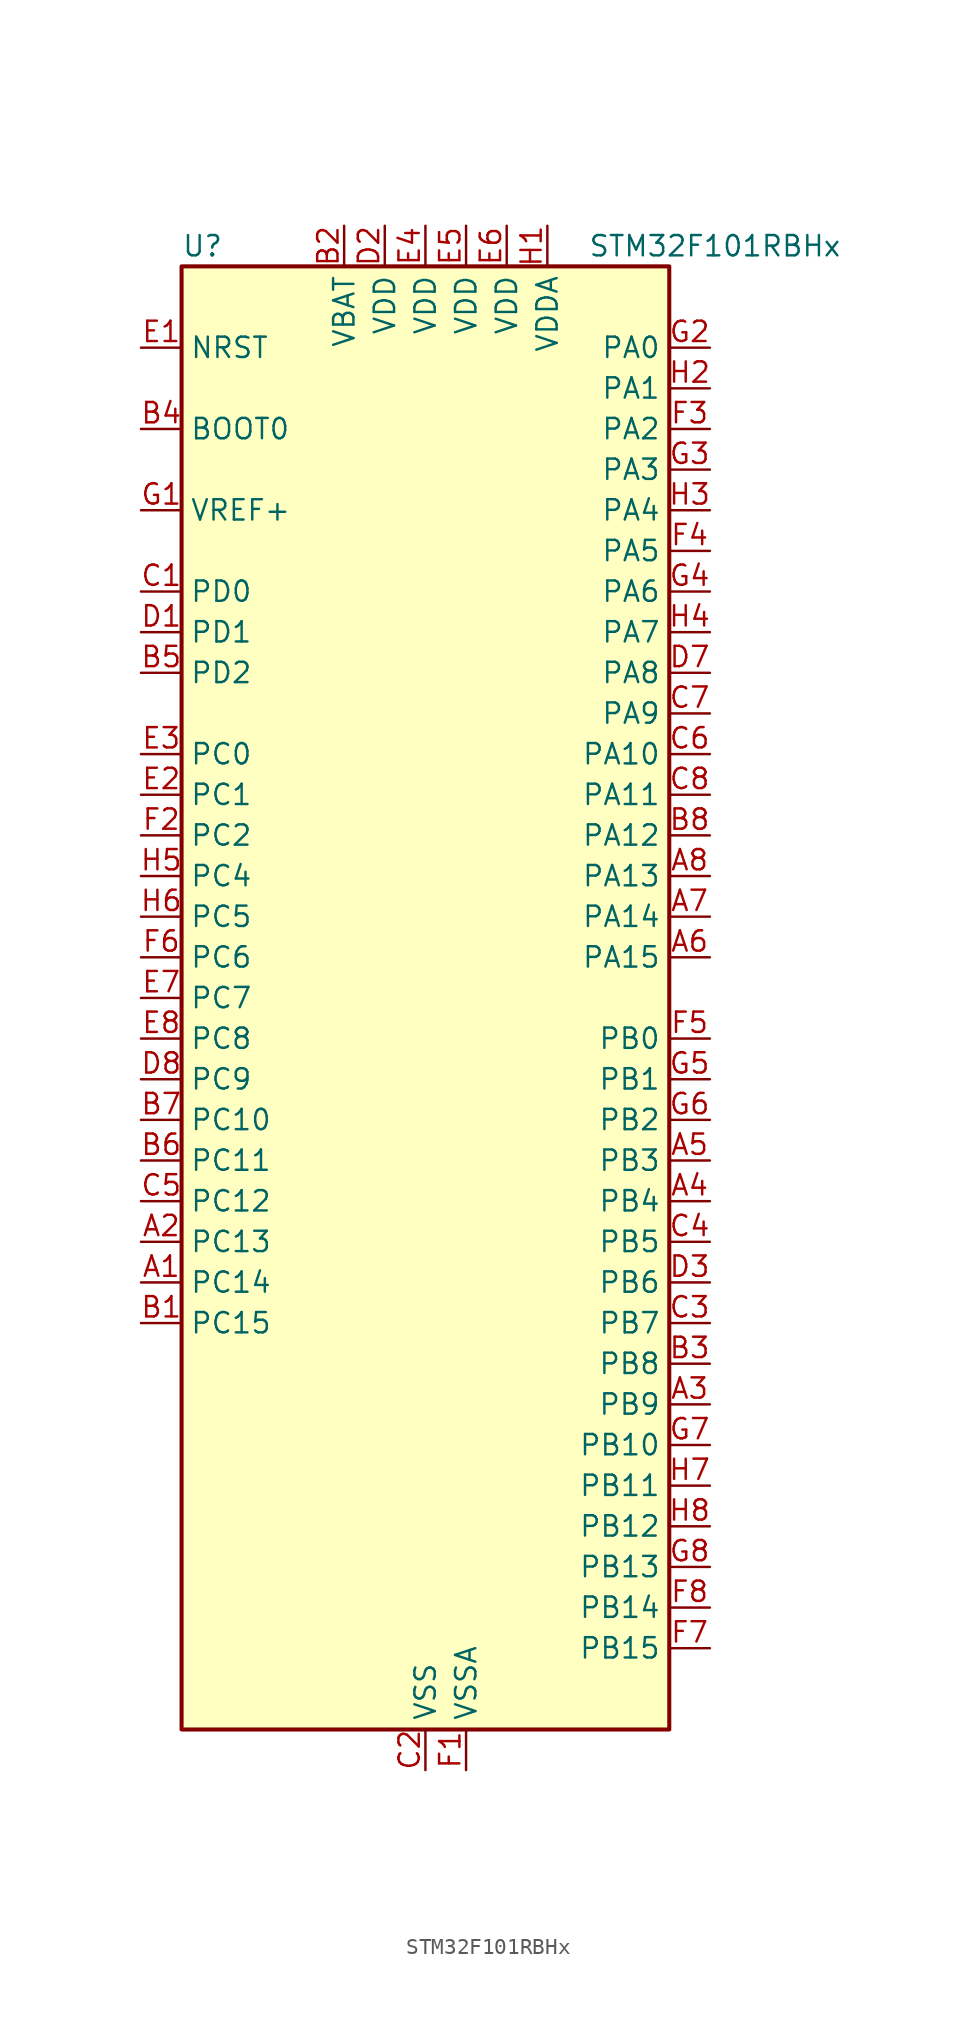
<source format=kicad_sym>
(kicad_symbol_lib
  (version 20241209)
  (generator "kicad_symbol_editor")
  (generator_version "9.0")
  (symbol "STM32F101RBHx"
    (property "Reference" "U"
      (at -15.24 46.99 0)
      (effects (font (size 1.27 1.27)) (justify left)))
    (property "Value" "STM32F101RBHx"
      (at 10.16 46.99 0)
      (effects (font (size 1.27 1.27)) (justify left)))
    (symbol "STM32F101RBHx_0_1"
      (rectangle (start -15.24 -45.72) (end 15.24 45.72) (stroke (width 0.254) (type default)) (fill (type background))))
    (symbol "STM32F101RBHx_1_1"
      (pin input line (at -17.78 40.64 0) (length 2.54) (name "NRST" (effects (font (size 1.27 1.27)))) (number "E1" (effects (font (size 1.27 1.27)))))
      (pin input line (at -17.78 35.56 0) (length 2.54) (name "BOOT0" (effects (font (size 1.27 1.27)))) (number "B4" (effects (font (size 1.27 1.27)))))
      (pin input line (at -17.78 30.48 0) (length 2.54) (name "VREF+" (effects (font (size 1.27 1.27)))) (number "G1" (effects (font (size 1.27 1.27)))))
      (pin bidirectional line (at -17.78 25.4 0) (length 2.54) (name "PD0" (effects (font (size 1.27 1.27)))) (number "C1" (effects (font (size 1.27 1.27)))) (alternate "RCC_OSC_IN" bidirectional line))
      (pin bidirectional line (at -17.78 22.86 0) (length 2.54) (name "PD1" (effects (font (size 1.27 1.27)))) (number "D1" (effects (font (size 1.27 1.27)))) (alternate "RCC_OSC_OUT" bidirectional line))
      (pin bidirectional line (at -17.78 20.32 0) (length 2.54) (name "PD2" (effects (font (size 1.27 1.27)))) (number "B5" (effects (font (size 1.27 1.27)))) (alternate "TIM3_ETR" bidirectional line))
      (pin bidirectional line (at -17.78 15.24 0) (length 2.54) (name "PC0" (effects (font (size 1.27 1.27)))) (number "E3" (effects (font (size 1.27 1.27)))) (alternate "ADC1_IN10" bidirectional line))
      (pin bidirectional line (at -17.78 12.7 0) (length 2.54) (name "PC1" (effects (font (size 1.27 1.27)))) (number "E2" (effects (font (size 1.27 1.27)))) (alternate "ADC1_IN11" bidirectional line))
      (pin bidirectional line (at -17.78 10.16 0) (length 2.54) (name "PC2" (effects (font (size 1.27 1.27)))) (number "F2" (effects (font (size 1.27 1.27)))) (alternate "ADC1_IN12" bidirectional line))
      (pin bidirectional line (at -17.78 7.62 0) (length 2.54) (name "PC4" (effects (font (size 1.27 1.27)))) (number "H5" (effects (font (size 1.27 1.27)))) (alternate "ADC1_IN14" bidirectional line))
      (pin bidirectional line (at -17.78 5.08 0) (length 2.54) (name "PC5" (effects (font (size 1.27 1.27)))) (number "H6" (effects (font (size 1.27 1.27)))) (alternate "ADC1_IN15" bidirectional line))
      (pin bidirectional line (at -17.78 2.54 0) (length 2.54) (name "PC6" (effects (font (size 1.27 1.27)))) (number "F6" (effects (font (size 1.27 1.27)))) (alternate "TIM3_CH1" bidirectional line))
      (pin bidirectional line (at -17.78 0 0) (length 2.54) (name "PC7" (effects (font (size 1.27 1.27)))) (number "E7" (effects (font (size 1.27 1.27)))) (alternate "TIM3_CH2" bidirectional line))
      (pin bidirectional line (at -17.78 -2.54 0) (length 2.54) (name "PC8" (effects (font (size 1.27 1.27)))) (number "E8" (effects (font (size 1.27 1.27)))) (alternate "TIM3_CH3" bidirectional line))
      (pin bidirectional line (at -17.78 -5.08 0) (length 2.54) (name "PC9" (effects (font (size 1.27 1.27)))) (number "D8" (effects (font (size 1.27 1.27)))) (alternate "TIM3_CH4" bidirectional line))
      (pin bidirectional line (at -17.78 -7.62 0) (length 2.54) (name "PC10" (effects (font (size 1.27 1.27)))) (number "B7" (effects (font (size 1.27 1.27)))) (alternate "USART3_TX" bidirectional line))
      (pin bidirectional line (at -17.78 -10.16 0) (length 2.54) (name "PC11" (effects (font (size 1.27 1.27)))) (number "B6" (effects (font (size 1.27 1.27)))) (alternate "ADC1_EXTI11" bidirectional line) (alternate "USART3_RX" bidirectional line))
      (pin bidirectional line (at -17.78 -12.7 0) (length 2.54) (name "PC12" (effects (font (size 1.27 1.27)))) (number "C5" (effects (font (size 1.27 1.27)))) (alternate "USART3_CK" bidirectional line))
      (pin bidirectional line (at -17.78 -15.24 0) (length 2.54) (name "PC13" (effects (font (size 1.27 1.27)))) (number "A2" (effects (font (size 1.27 1.27)))) (alternate "RTC_OUT" bidirectional line) (alternate "RTC_TAMPER" bidirectional line))
      (pin bidirectional line (at -17.78 -17.78 0) (length 2.54) (name "PC14" (effects (font (size 1.27 1.27)))) (number "A1" (effects (font (size 1.27 1.27)))) (alternate "RCC_OSC32_IN" bidirectional line))
      (pin bidirectional line (at -17.78 -20.32 0) (length 2.54) (name "PC15" (effects (font (size 1.27 1.27)))) (number "B1" (effects (font (size 1.27 1.27)))) (alternate "ADC1_EXTI15" bidirectional line) (alternate "RCC_OSC32_OUT" bidirectional line))
      (pin power_in line (at -5.08 48.26 270) (length 2.54) (name "VBAT" (effects (font (size 1.27 1.27)))) (number "B2" (effects (font (size 1.27 1.27)))))
      (pin power_in line (at -2.54 48.26 270) (length 2.54) (name "VDD" (effects (font (size 1.27 1.27)))) (number "D2" (effects (font (size 1.27 1.27)))))
      (pin power_in line (at 0 48.26 270) (length 2.54) (name "VDD" (effects (font (size 1.27 1.27)))) (number "E4" (effects (font (size 1.27 1.27)))))
      (pin power_in line (at 0 -48.26 90) (length 2.54) (name "VSS" (effects (font (size 1.27 1.27)))) (number "C2" (effects (font (size 1.27 1.27)))))
      (pin passive line (at 0 -48.26 90) (length 2.54) (hide yes) (name "VSS" (effects (font (size 1.27 1.27)))) (number "D4" (effects (font (size 1.27 1.27)))))
      (pin passive line (at 0 -48.26 90) (length 2.54) (hide yes) (name "VSS" (effects (font (size 1.27 1.27)))) (number "D5" (effects (font (size 1.27 1.27)))))
      (pin passive line (at 0 -48.26 90) (length 2.54) (hide yes) (name "VSS" (effects (font (size 1.27 1.27)))) (number "D6" (effects (font (size 1.27 1.27)))))
      (pin power_in line (at 2.54 48.26 270) (length 2.54) (name "VDD" (effects (font (size 1.27 1.27)))) (number "E5" (effects (font (size 1.27 1.27)))))
      (pin power_in line (at 2.54 -48.26 90) (length 2.54) (name "VSSA" (effects (font (size 1.27 1.27)))) (number "F1" (effects (font (size 1.27 1.27)))))
      (pin power_in line (at 5.08 48.26 270) (length 2.54) (name "VDD" (effects (font (size 1.27 1.27)))) (number "E6" (effects (font (size 1.27 1.27)))))
      (pin power_in line (at 7.62 48.26 270) (length 2.54) (name "VDDA" (effects (font (size 1.27 1.27)))) (number "H1" (effects (font (size 1.27 1.27)))))
      (pin bidirectional line (at 17.78 40.64 180) (length 2.54) (name "PA0" (effects (font (size 1.27 1.27)))) (number "G2" (effects (font (size 1.27 1.27)))) (alternate "ADC1_IN0" bidirectional line) (alternate "SYS_WKUP" bidirectional line) (alternate "TIM2_CH1" bidirectional line) (alternate "TIM2_ETR" bidirectional line) (alternate "USART2_CTS" bidirectional line))
      (pin bidirectional line (at 17.78 38.1 180) (length 2.54) (name "PA1" (effects (font (size 1.27 1.27)))) (number "H2" (effects (font (size 1.27 1.27)))) (alternate "ADC1_IN1" bidirectional line) (alternate "TIM2_CH2" bidirectional line) (alternate "USART2_RTS" bidirectional line))
      (pin bidirectional line (at 17.78 35.56 180) (length 2.54) (name "PA2" (effects (font (size 1.27 1.27)))) (number "F3" (effects (font (size 1.27 1.27)))) (alternate "ADC1_IN2" bidirectional line) (alternate "TIM2_CH3" bidirectional line) (alternate "USART2_TX" bidirectional line))
      (pin bidirectional line (at 17.78 33.02 180) (length 2.54) (name "PA3" (effects (font (size 1.27 1.27)))) (number "G3" (effects (font (size 1.27 1.27)))) (alternate "ADC1_IN3" bidirectional line) (alternate "TIM2_CH4" bidirectional line) (alternate "USART2_RX" bidirectional line))
      (pin bidirectional line (at 17.78 30.48 180) (length 2.54) (name "PA4" (effects (font (size 1.27 1.27)))) (number "H3" (effects (font (size 1.27 1.27)))) (alternate "ADC1_IN4" bidirectional line) (alternate "SPI1_NSS" bidirectional line) (alternate "USART2_CK" bidirectional line))
      (pin bidirectional line (at 17.78 27.94 180) (length 2.54) (name "PA5" (effects (font (size 1.27 1.27)))) (number "F4" (effects (font (size 1.27 1.27)))) (alternate "ADC1_IN5" bidirectional line) (alternate "SPI1_SCK" bidirectional line))
      (pin bidirectional line (at 17.78 25.4 180) (length 2.54) (name "PA6" (effects (font (size 1.27 1.27)))) (number "G4" (effects (font (size 1.27 1.27)))) (alternate "ADC1_IN6" bidirectional line) (alternate "SPI1_MISO" bidirectional line) (alternate "TIM3_CH1" bidirectional line))
      (pin bidirectional line (at 17.78 22.86 180) (length 2.54) (name "PA7" (effects (font (size 1.27 1.27)))) (number "H4" (effects (font (size 1.27 1.27)))) (alternate "ADC1_IN7" bidirectional line) (alternate "SPI1_MOSI" bidirectional line) (alternate "TIM3_CH2" bidirectional line))
      (pin bidirectional line (at 17.78 20.32 180) (length 2.54) (name "PA8" (effects (font (size 1.27 1.27)))) (number "D7" (effects (font (size 1.27 1.27)))) (alternate "RCC_MCO" bidirectional line) (alternate "USART1_CK" bidirectional line))
      (pin bidirectional line (at 17.78 17.78 180) (length 2.54) (name "PA9" (effects (font (size 1.27 1.27)))) (number "C7" (effects (font (size 1.27 1.27)))) (alternate "USART1_TX" bidirectional line))
      (pin bidirectional line (at 17.78 15.24 180) (length 2.54) (name "PA10" (effects (font (size 1.27 1.27)))) (number "C6" (effects (font (size 1.27 1.27)))) (alternate "USART1_RX" bidirectional line))
      (pin bidirectional line (at 17.78 12.7 180) (length 2.54) (name "PA11" (effects (font (size 1.27 1.27)))) (number "C8" (effects (font (size 1.27 1.27)))) (alternate "ADC1_EXTI11" bidirectional line) (alternate "USART1_CTS" bidirectional line))
      (pin bidirectional line (at 17.78 10.16 180) (length 2.54) (name "PA12" (effects (font (size 1.27 1.27)))) (number "B8" (effects (font (size 1.27 1.27)))) (alternate "USART1_RTS" bidirectional line))
      (pin bidirectional line (at 17.78 7.62 180) (length 2.54) (name "PA13" (effects (font (size 1.27 1.27)))) (number "A8" (effects (font (size 1.27 1.27)))) (alternate "SYS_JTMS-SWDIO" bidirectional line))
      (pin bidirectional line (at 17.78 5.08 180) (length 2.54) (name "PA14" (effects (font (size 1.27 1.27)))) (number "A7" (effects (font (size 1.27 1.27)))) (alternate "SYS_JTCK-SWCLK" bidirectional line))
      (pin bidirectional line (at 17.78 2.54 180) (length 2.54) (name "PA15" (effects (font (size 1.27 1.27)))) (number "A6" (effects (font (size 1.27 1.27)))) (alternate "ADC1_EXTI15" bidirectional line) (alternate "SPI1_NSS" bidirectional line) (alternate "SYS_JTDI" bidirectional line) (alternate "TIM2_CH1" bidirectional line) (alternate "TIM2_ETR" bidirectional line))
      (pin bidirectional line (at 17.78 -2.54 180) (length 2.54) (name "PB0" (effects (font (size 1.27 1.27)))) (number "F5" (effects (font (size 1.27 1.27)))) (alternate "ADC1_IN8" bidirectional line) (alternate "TIM3_CH3" bidirectional line))
      (pin bidirectional line (at 17.78 -5.08 180) (length 2.54) (name "PB1" (effects (font (size 1.27 1.27)))) (number "G5" (effects (font (size 1.27 1.27)))) (alternate "ADC1_IN9" bidirectional line) (alternate "TIM3_CH4" bidirectional line))
      (pin bidirectional line (at 17.78 -7.62 180) (length 2.54) (name "PB2" (effects (font (size 1.27 1.27)))) (number "G6" (effects (font (size 1.27 1.27)))))
      (pin bidirectional line (at 17.78 -10.16 180) (length 2.54) (name "PB3" (effects (font (size 1.27 1.27)))) (number "A5" (effects (font (size 1.27 1.27)))) (alternate "SPI1_SCK" bidirectional line) (alternate "SYS_JTDO-TRACESWO" bidirectional line) (alternate "TIM2_CH2" bidirectional line))
      (pin bidirectional line (at 17.78 -12.7 180) (length 2.54) (name "PB4" (effects (font (size 1.27 1.27)))) (number "A4" (effects (font (size 1.27 1.27)))) (alternate "SPI1_MISO" bidirectional line) (alternate "SYS_NJTRST" bidirectional line) (alternate "TIM3_CH1" bidirectional line))
      (pin bidirectional line (at 17.78 -15.24 180) (length 2.54) (name "PB5" (effects (font (size 1.27 1.27)))) (number "C4" (effects (font (size 1.27 1.27)))) (alternate "I2C1_SMBA" bidirectional line) (alternate "SPI1_MOSI" bidirectional line) (alternate "TIM3_CH2" bidirectional line))
      (pin bidirectional line (at 17.78 -17.78 180) (length 2.54) (name "PB6" (effects (font (size 1.27 1.27)))) (number "D3" (effects (font (size 1.27 1.27)))) (alternate "I2C1_SCL" bidirectional line) (alternate "TIM4_CH1" bidirectional line) (alternate "USART1_TX" bidirectional line))
      (pin bidirectional line (at 17.78 -20.32 180) (length 2.54) (name "PB7" (effects (font (size 1.27 1.27)))) (number "C3" (effects (font (size 1.27 1.27)))) (alternate "I2C1_SDA" bidirectional line) (alternate "TIM4_CH2" bidirectional line) (alternate "USART1_RX" bidirectional line))
      (pin bidirectional line (at 17.78 -22.86 180) (length 2.54) (name "PB8" (effects (font (size 1.27 1.27)))) (number "B3" (effects (font (size 1.27 1.27)))) (alternate "I2C1_SCL" bidirectional line) (alternate "TIM4_CH3" bidirectional line))
      (pin bidirectional line (at 17.78 -25.4 180) (length 2.54) (name "PB9" (effects (font (size 1.27 1.27)))) (number "A3" (effects (font (size 1.27 1.27)))) (alternate "I2C1_SDA" bidirectional line) (alternate "TIM4_CH4" bidirectional line))
      (pin bidirectional line (at 17.78 -27.94 180) (length 2.54) (name "PB10" (effects (font (size 1.27 1.27)))) (number "G7" (effects (font (size 1.27 1.27)))) (alternate "I2C2_SCL" bidirectional line) (alternate "TIM2_CH3" bidirectional line) (alternate "USART3_TX" bidirectional line))
      (pin bidirectional line (at 17.78 -30.48 180) (length 2.54) (name "PB11" (effects (font (size 1.27 1.27)))) (number "H7" (effects (font (size 1.27 1.27)))) (alternate "ADC1_EXTI11" bidirectional line) (alternate "I2C2_SDA" bidirectional line) (alternate "TIM2_CH4" bidirectional line) (alternate "USART3_RX" bidirectional line))
      (pin bidirectional line (at 17.78 -33.02 180) (length 2.54) (name "PB12" (effects (font (size 1.27 1.27)))) (number "H8" (effects (font (size 1.27 1.27)))) (alternate "I2C2_SMBA" bidirectional line) (alternate "SPI2_NSS" bidirectional line) (alternate "USART3_CK" bidirectional line))
      (pin bidirectional line (at 17.78 -35.56 180) (length 2.54) (name "PB13" (effects (font (size 1.27 1.27)))) (number "G8" (effects (font (size 1.27 1.27)))) (alternate "SPI2_SCK" bidirectional line) (alternate "USART3_CTS" bidirectional line))
      (pin bidirectional line (at 17.78 -38.1 180) (length 2.54) (name "PB14" (effects (font (size 1.27 1.27)))) (number "F8" (effects (font (size 1.27 1.27)))) (alternate "SPI2_MISO" bidirectional line) (alternate "USART3_RTS" bidirectional line))
      (pin bidirectional line (at 17.78 -40.64 180) (length 2.54) (name "PB15" (effects (font (size 1.27 1.27)))) (number "F7" (effects (font (size 1.27 1.27)))) (alternate "ADC1_EXTI15" bidirectional line) (alternate "SPI2_MOSI" bidirectional line)))))
</source>
